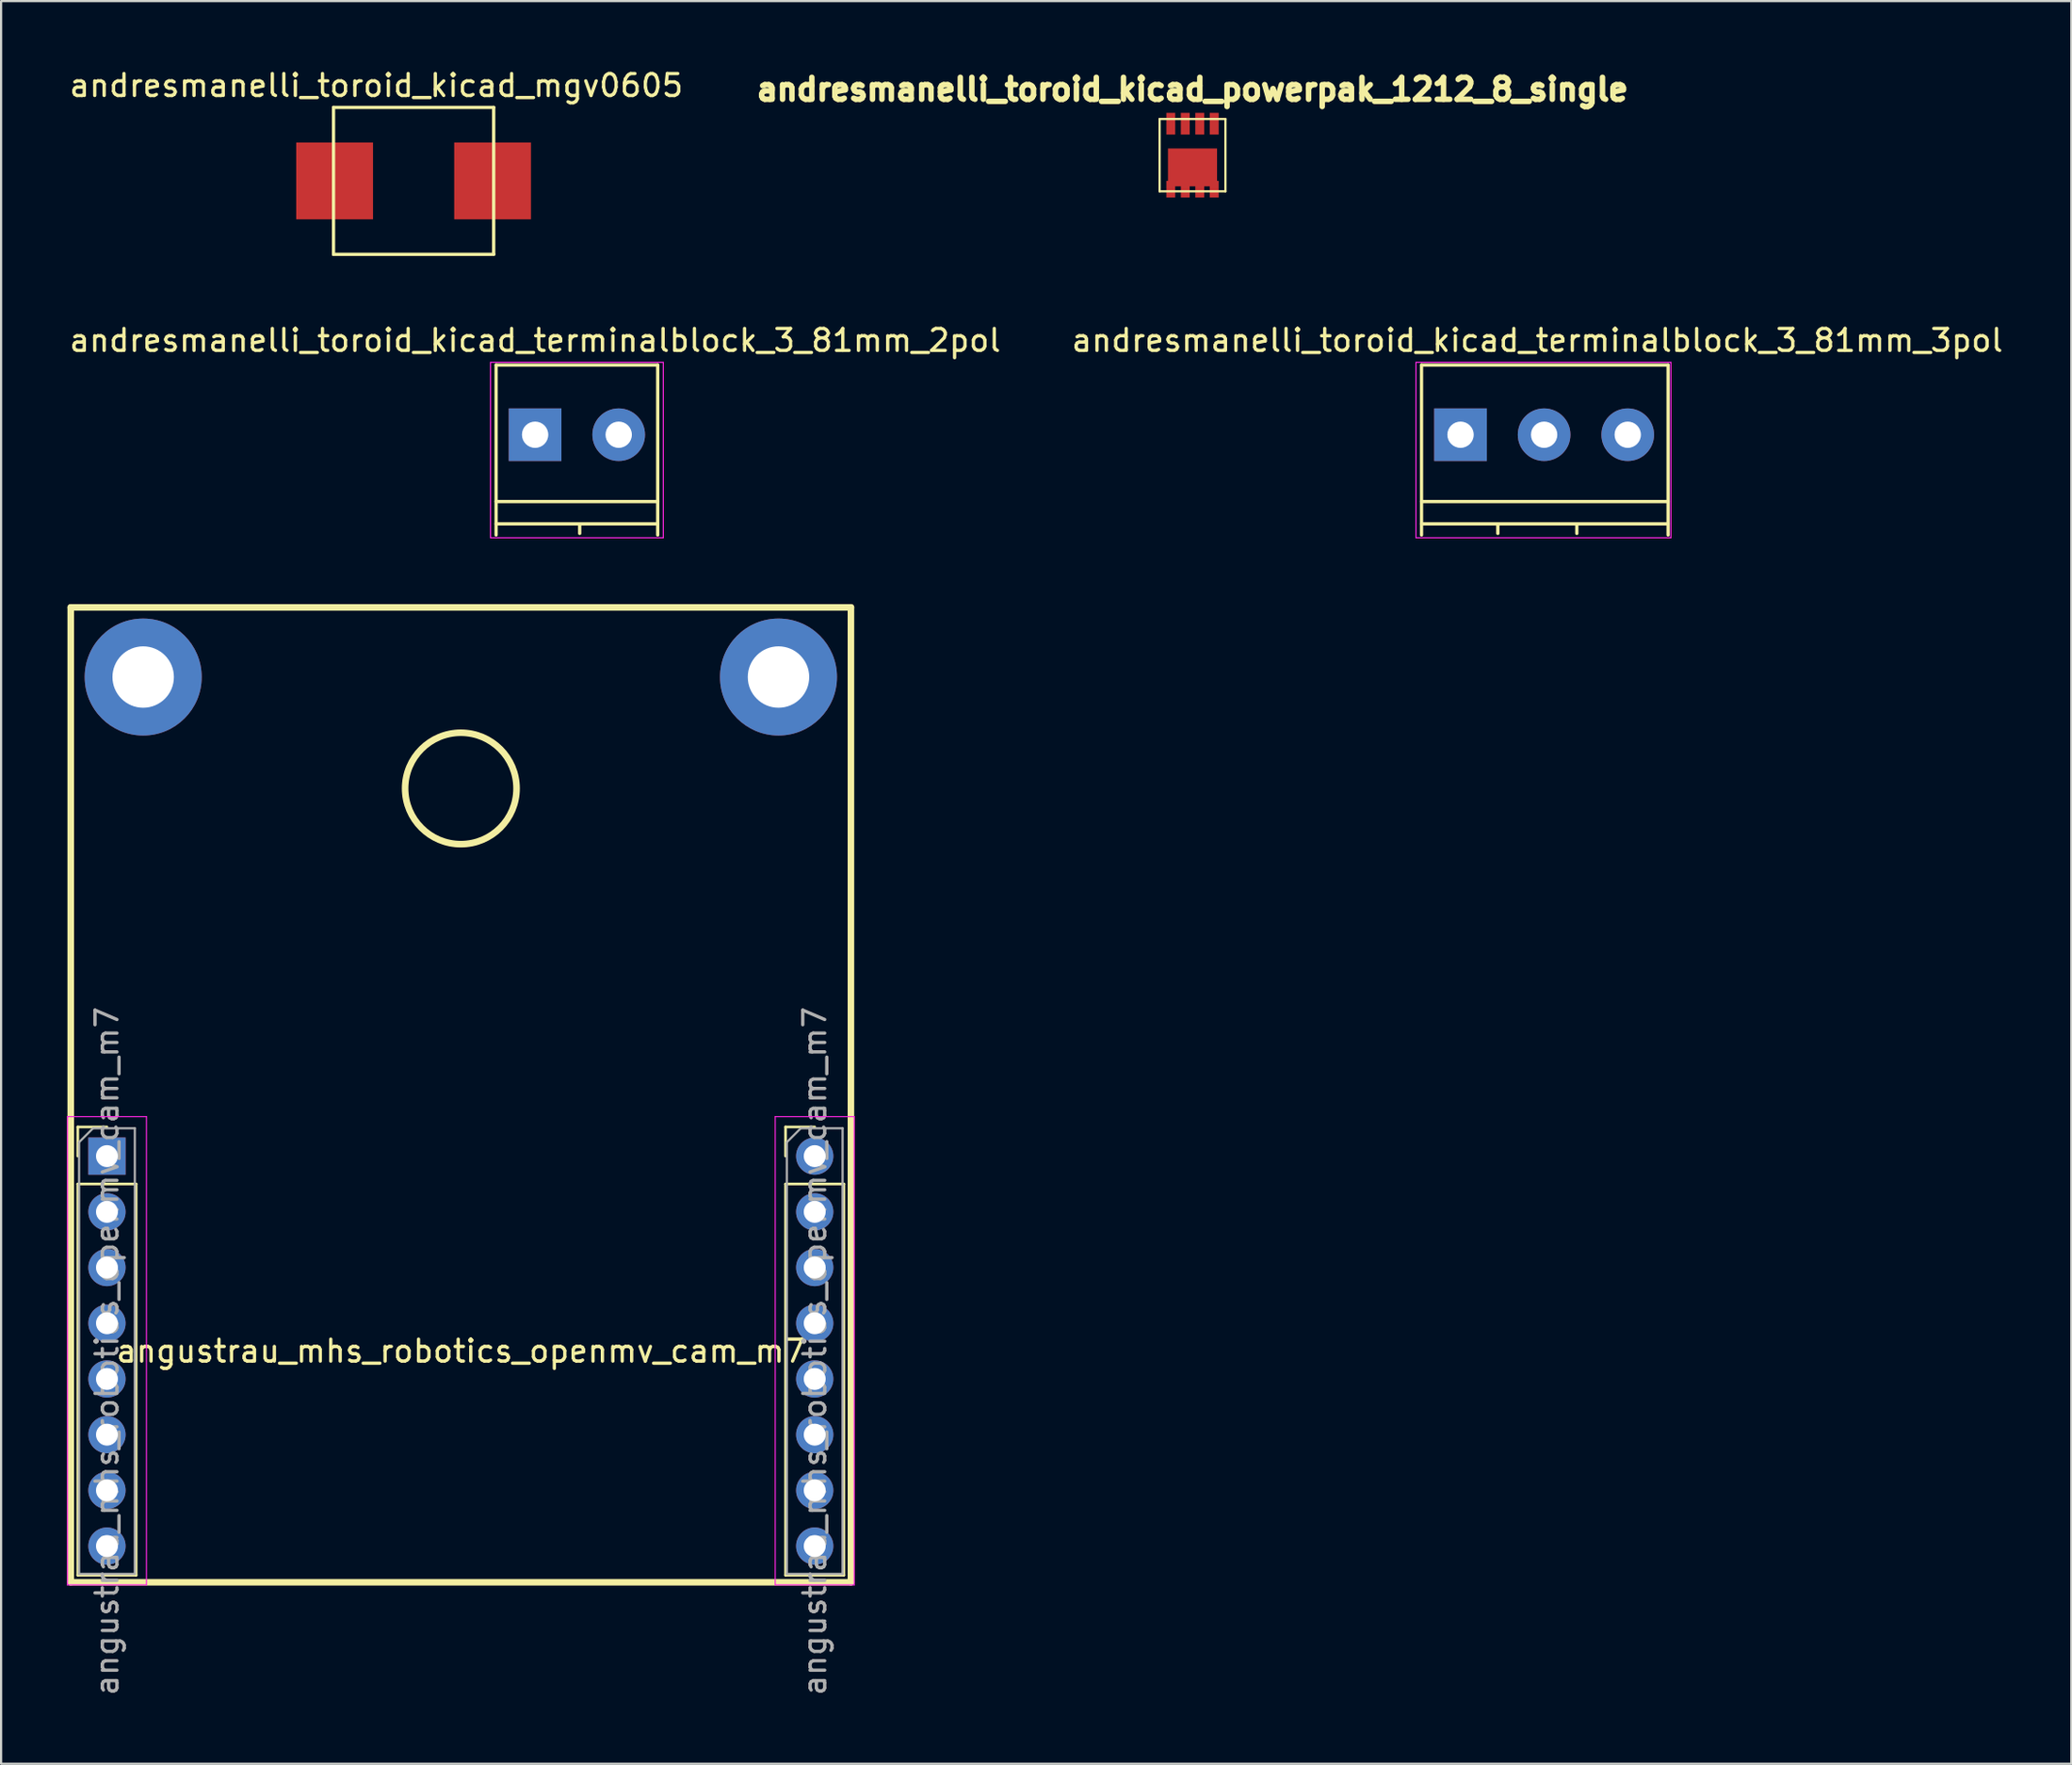
<source format=kicad_pcb>
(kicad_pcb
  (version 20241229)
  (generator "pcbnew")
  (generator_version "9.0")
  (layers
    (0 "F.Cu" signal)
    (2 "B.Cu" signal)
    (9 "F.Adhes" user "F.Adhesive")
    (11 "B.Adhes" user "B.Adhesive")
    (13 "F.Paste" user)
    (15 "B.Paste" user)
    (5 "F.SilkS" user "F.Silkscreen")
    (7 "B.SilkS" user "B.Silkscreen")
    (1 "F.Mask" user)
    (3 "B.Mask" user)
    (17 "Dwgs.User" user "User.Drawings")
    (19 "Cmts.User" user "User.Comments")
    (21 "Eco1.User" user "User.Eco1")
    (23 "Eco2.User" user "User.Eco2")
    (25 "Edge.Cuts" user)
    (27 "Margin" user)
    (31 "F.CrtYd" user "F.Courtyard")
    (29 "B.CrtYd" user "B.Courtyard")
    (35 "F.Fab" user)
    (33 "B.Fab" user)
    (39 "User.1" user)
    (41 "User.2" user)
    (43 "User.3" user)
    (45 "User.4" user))
  (footprint "andresmanelli_toroid_kicad_terminalblock_3_81mm_2pol"
    (layer "F.Cu")
    (at 21.339 16.771)
    (property "Reference" "andresmanelli_toroid_kicad_terminalblock_3_81mm_2pol" (at 0 -4.3 0) (layer "F.SilkS") (effects (font (size 1 1) (thickness 0.15))))
    (attr through_hole)
    (fp_line (start -1.778 -3.175) (end -1.778 4.572) (stroke (width 0.15) (type solid)) (layer "F.SilkS"))
    (fp_line (start -1.778 3.048) (end 5.588 3.048) (stroke (width 0.15) (type solid)) (layer "F.SilkS"))
    (fp_line (start -1.778 4.064) (end 5.588 4.064) (stroke (width 0.15) (type solid)) (layer "F.SilkS"))
    (fp_line (start 2.032 4.1) (end 2.032 4.5) (stroke (width 0.15) (type solid)) (layer "F.SilkS"))
    (fp_line (start 5.588 -3.175) (end -1.778 -3.175) (stroke (width 0.15) (type solid)) (layer "F.SilkS"))
    (fp_line (start 5.588 4.572) (end 5.588 -3.175) (stroke (width 0.15) (type solid)) (layer "F.SilkS"))
    (fp_line (start -2.032 -3.302) (end 5.842 -3.302) (stroke (width 0.05) (type solid)) (layer "F.CrtYd"))
    (fp_line (start -2.032 4.699) (end -2.032 -3.302) (stroke (width 0.05) (type solid)) (layer "F.CrtYd"))
    (fp_line (start 5.842 -3.302) (end 5.842 4.699) (stroke (width 0.05) (type solid)) (layer "F.CrtYd"))
    (fp_line (start 5.842 4.699) (end -2.032 4.699) (stroke (width 0.05) (type solid)) (layer "F.CrtYd"))
    (pad "1" thru_hole rect (at 0 0) (size 2.4 2.4) (drill 1.2) (layers "*.Cu" "*.Mask"))
    (pad "2" thru_hole circle (at 3.81 0) (size 2.4 2.4) (drill 1.2) (layers "*.Cu" "*.Mask")))
  (footprint "angustrau_mhs_robotics_openmv_cam_m7"
    (layer "F.Cu")
    (at 17.954 58.554)
    (property "Reference" "angustrau_mhs_robotics_openmv_cam_m7" (at 0 0 0) (layer "F.SilkS") (effects (font (size 1 1) (thickness 0.15))))
    (attr through_hole)
    (fp_line (start -17.78 -33.909) (end -17.78 10.541) (stroke (width 0.3) (type solid)) (layer "F.SilkS"))
    (fp_line (start -17.78 -33.909) (end 17.78 -33.909) (stroke (width 0.3) (type solid)) (layer "F.SilkS"))
    (fp_line (start -17.78 10.541) (end 17.78 10.541) (stroke (width 0.3) (type solid)) (layer "F.SilkS"))
    (fp_line (start -17.459 -10.22) (end -16.129 -10.22) (stroke (width 0.12) (type solid)) (layer "F.SilkS"))
    (fp_line (start -17.459 -8.89) (end -17.459 -10.22) (stroke (width 0.12) (type solid)) (layer "F.SilkS"))
    (fp_line (start -17.459 -7.62) (end -17.459 10.22) (stroke (width 0.12) (type solid)) (layer "F.SilkS"))
    (fp_line (start -17.459 -7.62) (end -14.799 -7.62) (stroke (width 0.12) (type solid)) (layer "F.SilkS"))
    (fp_line (start -17.459 10.22) (end -14.799 10.22) (stroke (width 0.12) (type solid)) (layer "F.SilkS"))
    (fp_line (start -14.799 -7.62) (end -14.799 10.22) (stroke (width 0.12) (type solid)) (layer "F.SilkS"))
    (fp_line (start 14.799 -10.22) (end 16.129 -10.22) (stroke (width 0.12) (type solid)) (layer "F.SilkS"))
    (fp_line (start 14.799 -8.89) (end 14.799 -10.22) (stroke (width 0.12) (type solid)) (layer "F.SilkS"))
    (fp_line (start 14.799 -7.62) (end 14.799 10.22) (stroke (width 0.12) (type solid)) (layer "F.SilkS"))
    (fp_line (start 14.799 -7.62) (end 17.459 -7.62) (stroke (width 0.12) (type solid)) (layer "F.SilkS"))
    (fp_line (start 14.799 10.22) (end 17.459 10.22) (stroke (width 0.12) (type solid)) (layer "F.SilkS"))
    (fp_line (start 17.459 -7.62) (end 17.459 10.22) (stroke (width 0.12) (type solid)) (layer "F.SilkS"))
    (fp_line (start 17.78 -33.909) (end 17.78 10.541) (stroke (width 0.3) (type solid)) (layer "F.SilkS"))
    (fp_circle (center 0 -25.654) (end 2.54 -25.654) (stroke (width 0.3) (type solid)) (fill no) (layer "F.SilkS"))
    (fp_line (start -17.929 -10.69) (end -17.929 10.66) (stroke (width 0.05) (type solid)) (layer "F.CrtYd"))
    (fp_line (start -17.929 10.66) (end -14.329 10.66) (stroke (width 0.05) (type solid)) (layer "F.CrtYd"))
    (fp_line (start -14.329 -10.69) (end -17.929 -10.69) (stroke (width 0.05) (type solid)) (layer "F.CrtYd"))
    (fp_line (start -14.329 10.66) (end -14.329 -10.69) (stroke (width 0.05) (type solid)) (layer "F.CrtYd"))
    (fp_line (start 14.329 -10.69) (end 14.329 10.66) (stroke (width 0.05) (type solid)) (layer "F.CrtYd"))
    (fp_line (start 14.329 10.66) (end 17.929 10.66) (stroke (width 0.05) (type solid)) (layer "F.CrtYd"))
    (fp_line (start 17.929 -10.69) (end 14.329 -10.69) (stroke (width 0.05) (type solid)) (layer "F.CrtYd"))
    (fp_line (start 17.929 10.66) (end 17.929 -10.69) (stroke (width 0.05) (type solid)) (layer "F.CrtYd"))
    (fp_line (start -17.399 -9.525) (end -16.764 -10.16) (stroke (width 0.1) (type solid)) (layer "F.Fab"))
    (fp_line (start -17.399 10.16) (end -17.399 -9.525) (stroke (width 0.1) (type solid)) (layer "F.Fab"))
    (fp_line (start -16.764 -10.16) (end -14.859 -10.16) (stroke (width 0.1) (type solid)) (layer "F.Fab"))
    (fp_line (start -14.859 -10.16) (end -14.859 10.16) (stroke (width 0.1) (type solid)) (layer "F.Fab"))
    (fp_line (start -14.859 10.16) (end -17.399 10.16) (stroke (width 0.1) (type solid)) (layer "F.Fab"))
    (fp_line (start 14.859 -9.525) (end 15.494 -10.16) (stroke (width 0.1) (type solid)) (layer "F.Fab"))
    (fp_line (start 14.859 10.16) (end 14.859 -9.525) (stroke (width 0.1) (type solid)) (layer "F.Fab"))
    (fp_line (start 15.494 -10.16) (end 17.399 -10.16) (stroke (width 0.1) (type solid)) (layer "F.Fab"))
    (fp_line (start 17.399 -10.16) (end 17.399 10.16) (stroke (width 0.1) (type solid)) (layer "F.Fab"))
    (fp_line (start 17.399 10.16) (end 14.859 10.16) (stroke (width 0.1) (type solid)) (layer "F.Fab"))
    (fp_text user "${REFERENCE}" (at -16.129 0 90) (layer "F.Fab") (effects (font (size 1 1) (thickness 0.15))))
    (fp_text user "${REFERENCE}" (at 16.129 0 90) (layer "F.Fab") (effects (font (size 1 1) (thickness 0.15))))
    (pad "" thru_hole circle (at -14.478 -30.734) (size 5.334 5.334) (drill 2.8) (layers "*.Cu" "*.Mask"))
    (pad "" thru_hole circle (at 14.478 -30.734) (size 5.334 5.334) (drill 2.8) (layers "*.Cu" "*.Mask"))
    (pad "1" thru_hole rect (at -16.129 -8.89) (size 1.7 1.7) (drill 1) (layers "*.Cu" "*.Mask"))
    (pad "2" thru_hole oval (at -16.129 -6.35) (size 1.7 1.7) (drill 1) (layers "*.Cu" "*.Mask"))
    (pad "3" thru_hole oval (at -16.129 -3.81) (size 1.7 1.7) (drill 1) (layers "*.Cu" "*.Mask"))
    (pad "4" thru_hole oval (at -16.129 -1.27) (size 1.7 1.7) (drill 1) (layers "*.Cu" "*.Mask"))
    (pad "5" thru_hole oval (at -16.129 1.27) (size 1.7 1.7) (drill 1) (layers "*.Cu" "*.Mask"))
    (pad "6" thru_hole oval (at -16.129 3.81) (size 1.7 1.7) (drill 1) (layers "*.Cu" "*.Mask"))
    (pad "7" thru_hole oval (at -16.129 6.35) (size 1.7 1.7) (drill 1) (layers "*.Cu" "*.Mask"))
    (pad "8" thru_hole oval (at -16.129 8.89) (size 1.7 1.7) (drill 1) (layers "*.Cu" "*.Mask"))
    (pad "9" thru_hole circle (at 16.129 -8.89) (size 1.7 1.7) (drill 1) (layers "*.Cu" "*.Mask"))
    (pad "10" thru_hole oval (at 16.129 -6.35) (size 1.7 1.7) (drill 1) (layers "*.Cu" "*.Mask"))
    (pad "11" thru_hole oval (at 16.129 -3.81) (size 1.7 1.7) (drill 1) (layers "*.Cu" "*.Mask"))
    (pad "12" thru_hole oval (at 16.129 -1.27) (size 1.7 1.7) (drill 1) (layers "*.Cu" "*.Mask"))
    (pad "13" thru_hole oval (at 16.129 1.27) (size 1.7 1.7) (drill 1) (layers "*.Cu" "*.Mask"))
    (pad "14" thru_hole oval (at 16.129 3.81) (size 1.7 1.7) (drill 1) (layers "*.Cu" "*.Mask"))
    (pad "15" thru_hole oval (at 16.129 6.35) (size 1.7 1.7) (drill 1) (layers "*.Cu" "*.Mask"))
    (pad "16" thru_hole oval (at 16.129 8.89) (size 1.7 1.7) (drill 1) (layers "*.Cu" "*.Mask")))
  (footprint "andresmanelli_toroid_kicad_mgv0605"
    (layer "F.Cu")
    (at 15.801 5.198)
    (property "Reference" "andresmanelli_toroid_kicad_mgv0605" (at -1.7 -4.35 0) (layer "F.SilkS") (effects (font (size 1 1) (thickness 0.15))))
    (attr through_hole)
    (fp_line (start -3.65 -3.35) (end 3.65 -3.35) (stroke (width 0.15) (type solid)) (layer "F.SilkS"))
    (fp_line (start -3.65 3.35) (end -3.65 -3.35) (stroke (width 0.15) (type solid)) (layer "F.SilkS"))
    (fp_line (start 3.65 -3.35) (end 3.65 3.35) (stroke (width 0.15) (type solid)) (layer "F.SilkS"))
    (fp_line (start 3.65 3.35) (end -3.65 3.35) (stroke (width 0.15) (type solid)) (layer "F.SilkS"))
    (pad "1" smd rect (at -3.6 0) (size 3.5 3.5) (layers "F.Cu" "F.Mask" "F.Paste"))
    (pad "2" smd rect (at 3.6 0) (size 3.5 3.5) (layers "F.Cu" "F.Mask" "F.Paste")))
  (footprint "andresmanelli_toroid_kicad_powerpak_1212_8_single"
    (placed yes)
    (layer "F.Cu")
    (at 51.302 4.025)
    (property "Reference" "andresmanelli_toroid_kicad_powerpak_1212_8_single" (at 0 -3 0) (layer "F.SilkS") (effects (font (size 1.001 1.001) (thickness 0.25))))
    (attr through_hole)
    (fp_line (start -1.5 -1.65) (end 1.5 -1.65) (stroke (width 0.1) (type solid)) (layer "F.SilkS"))
    (fp_line (start -1.5 1.65) (end -1.5 -1.65) (stroke (width 0.1) (type solid)) (layer "F.SilkS"))
    (fp_line (start 1.5 -1.65) (end 1.5 1.65) (stroke (width 0.1) (type solid)) (layer "F.SilkS"))
    (fp_line (start 1.5 1.65) (end -1.5 1.65) (stroke (width 0.1) (type solid)) (layer "F.SilkS"))
    (pad "1" smd rect (at 0.99 -1.435 270) (size 0.99 0.405) (layers "F.Cu" "F.Mask" "F.Paste"))
    (pad "2" smd rect (at 0.33 -1.435 270) (size 0.99 0.405) (layers "F.Cu" "F.Mask" "F.Paste"))
    (pad "3" smd rect (at -0.33 -1.435 270) (size 0.99 0.405) (layers "F.Cu" "F.Mask" "F.Paste"))
    (pad "4" smd rect (at -0.99 -1.435 270) (size 0.99 0.405) (layers "F.Cu" "F.Mask" "F.Paste"))
    (pad "5" smd rect (at -0.99 1.55 270) (size 0.76 0.405) (layers "F.Cu" "F.Mask" "F.Paste"))
    (pad "5" smd rect (at 0 0.557 270) (size 1.725 2.235) (layers "F.Cu" "F.Mask" "F.Paste"))
    (pad "6" smd rect (at -0.33 1.55 270) (size 0.76 0.404) (layers "F.Cu" "F.Mask" "F.Paste"))
    (pad "7" smd rect (at 0.33 1.55 270) (size 0.76 0.405) (layers "F.Cu" "F.Mask" "F.Paste"))
    (pad "8" smd rect (at 0.99 1.55 270) (size 0.76 0.405) (layers "F.Cu" "F.Mask" "F.Paste")))
  (footprint "andresmanelli_toroid_kicad_terminalblock_3_81mm_3pol"
    (layer "F.Cu")
    (at 63.518 16.771)
    (property "Reference" "andresmanelli_toroid_kicad_terminalblock_3_81mm_3pol" (at 3.5 -4.3 0) (layer "F.SilkS") (effects (font (size 1 1) (thickness 0.15))))
    (attr through_hole)
    (fp_line (start -1.778 -3.175) (end -1.778 4.572) (stroke (width 0.15) (type solid)) (layer "F.SilkS"))
    (fp_line (start -1.778 3.048) (end 9.461 3.048) (stroke (width 0.15) (type solid)) (layer "F.SilkS"))
    (fp_line (start -1.778 4.064) (end 9.461 4.064) (stroke (width 0.15) (type solid)) (layer "F.SilkS"))
    (fp_line (start 1.7 4.1) (end 1.7 4.5) (stroke (width 0.15) (type solid)) (layer "F.SilkS"))
    (fp_line (start 5.3 4.1) (end 5.3 4.5) (stroke (width 0.15) (type solid)) (layer "F.SilkS"))
    (fp_line (start 9.461 -3.175) (end -1.778 -3.175) (stroke (width 0.15) (type solid)) (layer "F.SilkS"))
    (fp_line (start 9.461 4.572) (end 9.461 -3.175) (stroke (width 0.15) (type solid)) (layer "F.SilkS"))
    (fp_line (start -2.032 -3.302) (end 9.588 -3.302) (stroke (width 0.05) (type solid)) (layer "F.CrtYd"))
    (fp_line (start -2.032 4.699) (end -2.032 -3.302) (stroke (width 0.05) (type solid)) (layer "F.CrtYd"))
    (fp_line (start 9.588 -3.302) (end 9.588 4.699) (stroke (width 0.05) (type solid)) (layer "F.CrtYd"))
    (fp_line (start 9.588 4.699) (end -2.032 4.699) (stroke (width 0.05) (type solid)) (layer "F.CrtYd"))
    (pad "1" thru_hole rect (at 0 0) (size 2.4 2.4) (drill 1.2) (layers "*.Cu" "*.Mask"))
    (pad "2" thru_hole circle (at 3.81 0) (size 2.4 2.4) (drill 1.2) (layers "*.Cu" "*.Mask"))
    (pad "3" thru_hole circle (at 7.62 0) (size 2.4 2.4) (drill 1.2) (layers "*.Cu" "*.Mask")))
  (gr_rect
    (start -3 -3)
    (end 91.357 77.37)
    (stroke (width 0.1) (type default))
    (fill no)
    (layer "Edge.Cuts")))
</source>
